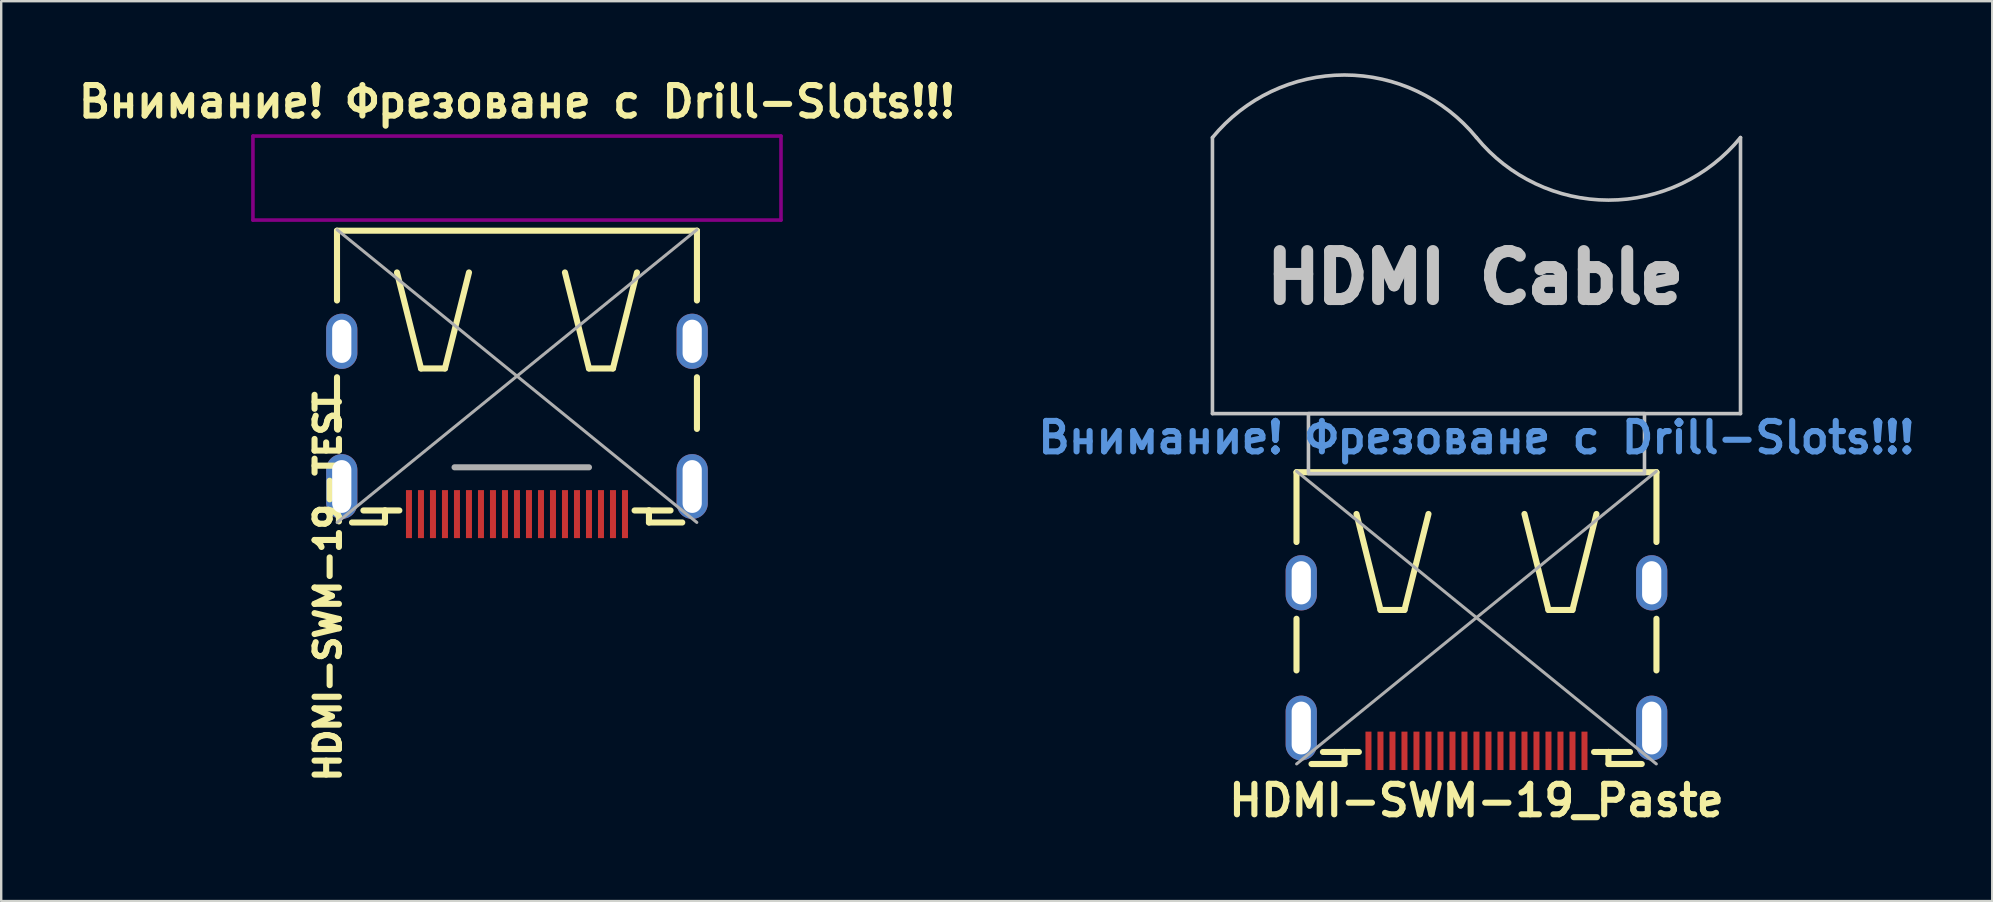
<source format=kicad_pcb>
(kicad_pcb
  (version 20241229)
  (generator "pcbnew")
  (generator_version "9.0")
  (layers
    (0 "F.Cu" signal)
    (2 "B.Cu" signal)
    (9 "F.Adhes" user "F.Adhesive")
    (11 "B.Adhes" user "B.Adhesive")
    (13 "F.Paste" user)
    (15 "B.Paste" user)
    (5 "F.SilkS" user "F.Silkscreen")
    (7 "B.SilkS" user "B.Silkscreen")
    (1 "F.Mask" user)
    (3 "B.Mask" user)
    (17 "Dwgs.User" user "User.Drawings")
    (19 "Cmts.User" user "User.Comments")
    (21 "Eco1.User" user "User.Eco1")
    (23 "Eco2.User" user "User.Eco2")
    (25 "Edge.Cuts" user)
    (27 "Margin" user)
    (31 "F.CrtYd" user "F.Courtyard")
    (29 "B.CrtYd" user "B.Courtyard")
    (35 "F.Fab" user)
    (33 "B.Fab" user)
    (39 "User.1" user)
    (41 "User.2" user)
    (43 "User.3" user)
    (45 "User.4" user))
  (footprint "HDMI-SWM-19-TEST"
    (layer "F.Cu")
    (at 18.488 12.619)
    (property "Reference" "HDMI-SWM-19-TEST" (at -7.874 8.763 90) (layer "F.SilkS") (effects (font (size 1.016 1.016) (thickness 0.254))))
    (attr smd)
    (fp_line (start -7.498 -6.058) (end 7.498 -6.058) (stroke (width 0.254) (type solid)) (layer "F.SilkS"))
    (fp_line (start -7.498 -3.15) (end -7.498 -6.058) (stroke (width 0.254) (type solid)) (layer "F.SilkS"))
    (fp_line (start -7.498 2.2) (end -7.498 0.048) (stroke (width 0.254) (type solid)) (layer "F.SilkS"))
    (fp_line (start -6.873 6.099) (end -5.499 6.099) (stroke (width 0.254) (type solid)) (layer "F.SilkS"))
    (fp_line (start -5.499 5.598) (end -6.398 5.598) (stroke (width 0.254) (type solid)) (layer "F.SilkS"))
    (fp_line (start -5.499 6.099) (end -5.499 5.598) (stroke (width 0.254) (type solid)) (layer "F.SilkS"))
    (fp_line (start -4.9 5.598) (end -5.499 5.598) (stroke (width 0.254) (type solid)) (layer "F.SilkS"))
    (fp_line (start -3.998 -0.318) (end -4.999 -4.318) (stroke (width 0.254) (type solid)) (layer "F.SilkS"))
    (fp_line (start -3 -0.318) (end -3.998 -0.318) (stroke (width 0.254) (type solid)) (layer "F.SilkS"))
    (fp_line (start -1.999 -4.318) (end -3 -0.318) (stroke (width 0.254) (type solid)) (layer "F.SilkS"))
    (fp_line (start 1.999 -4.318) (end 3 -0.318) (stroke (width 0.254) (type solid)) (layer "F.SilkS"))
    (fp_line (start 3 -0.318) (end 3.998 -0.318) (stroke (width 0.254) (type solid)) (layer "F.SilkS"))
    (fp_line (start 3.998 -0.318) (end 4.999 -4.318) (stroke (width 0.254) (type solid)) (layer "F.SilkS"))
    (fp_line (start 5.499 5.598) (end 4.9 5.598) (stroke (width 0.254) (type solid)) (layer "F.SilkS"))
    (fp_line (start 5.499 5.598) (end 5.499 6.099) (stroke (width 0.254) (type solid)) (layer "F.SilkS"))
    (fp_line (start 5.499 6.099) (end 6.886 6.099) (stroke (width 0.254) (type solid)) (layer "F.SilkS"))
    (fp_line (start 6.398 5.598) (end 5.499 5.598) (stroke (width 0.254) (type solid)) (layer "F.SilkS"))
    (fp_line (start 7.498 -6.058) (end 7.498 -3.15) (stroke (width 0.254) (type solid)) (layer "F.SilkS"))
    (fp_line (start 7.498 0.048) (end 7.498 2.2) (stroke (width 0.254) (type solid)) (layer "F.SilkS"))
    (fp_line (start -11 -10) (end -11 -6.5) (stroke (width 0.15) (type solid)) (layer "F.Adhes"))
    (fp_line (start 11 -10) (end -11 -10) (stroke (width 0.15) (type solid)) (layer "F.Adhes"))
    (fp_line (start 11 -6.5) (end -11 -6.5) (stroke (width 0.15) (type solid)) (layer "F.Adhes"))
    (fp_line (start 11 -6.5) (end 11 -10) (stroke (width 0.15) (type solid)) (layer "F.Adhes"))
    (fp_line (start -7.493 -6.096) (end 7.493 6.096) (stroke (width 0.127) (type solid)) (layer "F.Fab"))
    (fp_line (start -2.6 3.8) (end 3 3.8) (stroke (width 0.254) (type solid)) (layer "F.Fab"))
    (fp_line (start 7.493 -6.096) (end -7.493 6.096) (stroke (width 0.127) (type solid)) (layer "F.Fab"))
    (fp_text user "Внимание! Фрезоване с Drill-Slots!!!" (at 0 -11.43 0) (layer "F.SilkS") (effects (font (size 1.27 1.27) (thickness 0.254))))
    (pad "0" thru_hole oval (at -7.3 -1.45) (size 1.3 2.3) (drill oval 0.8 1.8) (layers "*.Cu" "*.Mask"))
    (pad "0" thru_hole oval (at -7.3 4.6) (size 1.3 2.7) (drill oval 0.8 2.2) (layers "*.Cu" "*.Mask"))
    (pad "0" thru_hole oval (at 7.3 -1.45) (size 1.3 2.3) (drill oval 0.8 1.8) (layers "*.Cu" "*.Mask"))
    (pad "0" thru_hole oval (at 7.3 4.6) (size 1.3 2.7) (drill oval 0.8 2.2) (layers "*.Cu" "*.Mask"))
    (pad "1" smd rect (at -4.5 5.75 90) (size 2 0.25) (layers "F.Cu" "F.Mask" "F.Paste"))
    (pad "2" smd rect (at -4 5.75 90) (size 2 0.25) (layers "F.Cu" "F.Mask" "F.Paste"))
    (pad "3" smd rect (at -3.5 5.75 90) (size 2 0.25) (layers "F.Cu" "F.Mask" "F.Paste"))
    (pad "4" smd rect (at -3 5.75 90) (size 2 0.25) (layers "F.Cu" "F.Mask" "F.Paste"))
    (pad "5" smd rect (at -2.5 5.75 90) (size 2 0.25) (layers "F.Cu" "F.Mask" "F.Paste"))
    (pad "6" smd rect (at -2 5.75 90) (size 2 0.25) (layers "F.Cu" "F.Mask" "F.Paste"))
    (pad "7" smd rect (at -1.5 5.75 90) (size 2 0.25) (layers "F.Cu" "F.Mask" "F.Paste"))
    (pad "8" smd rect (at -1 5.75 90) (size 2 0.25) (layers "F.Cu" "F.Mask" "F.Paste"))
    (pad "9" smd rect (at -0.5 5.75 90) (size 2 0.25) (layers "F.Cu" "F.Mask" "F.Paste"))
    (pad "10" smd rect (at 0 5.75 90) (size 2 0.25) (layers "F.Cu" "F.Mask" "F.Paste"))
    (pad "11" smd rect (at 0.5 5.75 90) (size 2 0.25) (layers "F.Cu" "F.Mask" "F.Paste"))
    (pad "12" smd rect (at 1 5.75 90) (size 2 0.25) (layers "F.Cu" "F.Mask" "F.Paste"))
    (pad "13" smd rect (at 1.5 5.75 90) (size 2 0.25) (layers "F.Cu" "F.Mask" "F.Paste"))
    (pad "14" smd rect (at 2 5.75 90) (size 2 0.25) (layers "F.Cu" "F.Mask" "F.Paste"))
    (pad "15" smd rect (at 2.5 5.75 90) (size 2 0.25) (layers "F.Cu" "F.Mask" "F.Paste"))
    (pad "16" smd rect (at 3 5.75 90) (size 2 0.25) (layers "F.Cu" "F.Mask" "F.Paste"))
    (pad "17" smd rect (at 3.5 5.75 90) (size 2 0.25) (layers "F.Cu" "F.Mask" "F.Paste"))
    (pad "18" smd rect (at 4 5.75 90) (size 2 0.25) (layers "F.Cu" "F.Mask" "F.Paste"))
    (pad "19" smd rect (at 4.5 5.75 90) (size 2 0.25) (layers "F.Cu" "F.Mask" "F.Paste")))
  (footprint "HDMI-SWM-19_Paste"
    (layer "F.Cu")
    (at 58.463 22.681)
    (property "Reference" "HDMI-SWM-19_Paste" (at 0 7.62 0) (layer "F.SilkS") (effects (font (size 1.27 1.27) (thickness 0.254))))
    (attr smd)
    (fp_line (start -7.498 -6.058) (end 7.498 -6.058) (stroke (width 0.254) (type solid)) (layer "F.SilkS"))
    (fp_line (start -7.498 -3.15) (end -7.498 -6.058) (stroke (width 0.254) (type solid)) (layer "F.SilkS"))
    (fp_line (start -7.498 2.2) (end -7.498 0.048) (stroke (width 0.254) (type solid)) (layer "F.SilkS"))
    (fp_line (start -6.873 6.099) (end -5.499 6.099) (stroke (width 0.254) (type solid)) (layer "F.SilkS"))
    (fp_line (start -5.499 5.598) (end -6.398 5.598) (stroke (width 0.254) (type solid)) (layer "F.SilkS"))
    (fp_line (start -5.499 6.099) (end -5.499 5.598) (stroke (width 0.254) (type solid)) (layer "F.SilkS"))
    (fp_line (start -4.9 5.598) (end -5.499 5.598) (stroke (width 0.254) (type solid)) (layer "F.SilkS"))
    (fp_line (start -3.998 -0.318) (end -4.999 -4.318) (stroke (width 0.254) (type solid)) (layer "F.SilkS"))
    (fp_line (start -3 -0.318) (end -3.998 -0.318) (stroke (width 0.254) (type solid)) (layer "F.SilkS"))
    (fp_line (start -1.999 -4.318) (end -3 -0.318) (stroke (width 0.254) (type solid)) (layer "F.SilkS"))
    (fp_line (start 1.999 -4.318) (end 3 -0.318) (stroke (width 0.254) (type solid)) (layer "F.SilkS"))
    (fp_line (start 3 -0.318) (end 3.998 -0.318) (stroke (width 0.254) (type solid)) (layer "F.SilkS"))
    (fp_line (start 3.998 -0.318) (end 4.999 -4.318) (stroke (width 0.254) (type solid)) (layer "F.SilkS"))
    (fp_line (start 5.499 5.598) (end 4.9 5.598) (stroke (width 0.254) (type solid)) (layer "F.SilkS"))
    (fp_line (start 5.499 5.598) (end 5.499 6.099) (stroke (width 0.254) (type solid)) (layer "F.SilkS"))
    (fp_line (start 5.499 6.099) (end 6.886 6.099) (stroke (width 0.254) (type solid)) (layer "F.SilkS"))
    (fp_line (start 6.398 5.598) (end 5.499 5.598) (stroke (width 0.254) (type solid)) (layer "F.SilkS"))
    (fp_line (start 7.498 -6.058) (end 7.498 -3.15) (stroke (width 0.254) (type solid)) (layer "F.SilkS"))
    (fp_line (start 7.498 0.048) (end 7.498 2.2) (stroke (width 0.254) (type solid)) (layer "F.SilkS"))
    (fp_line (start -11 -20) (end -11 -8.5) (stroke (width 0.15) (type solid)) (layer "Dwgs.User"))
    (fp_line (start 11 -8.5) (end -11 -8.5) (stroke (width 0.15) (type solid)) (layer "Dwgs.User"))
    (fp_line (start 11 -8.5) (end 11 -20) (stroke (width 0.15) (type solid)) (layer "Dwgs.User"))
    (fp_rect (start -7 -8.5) (end 7 -6) (stroke (width 0.15) (type default)) (fill no) (layer "Dwgs.User"))
    (fp_arc (start -10.999999 -19.999999) (mid -5.5 -22.606333) (end -0.000001 -19.999999) (stroke (width 0.15) (type default)) (layer "Dwgs.User"))
    (fp_arc (start 11 -20) (mid 5.5 -17.393665) (end 0 -20) (stroke (width 0.15) (type default)) (layer "Dwgs.User"))
    (fp_line (start -7.493 -6.096) (end 7.493 6.096) (stroke (width 0.127) (type solid)) (layer "F.Fab"))
    (fp_line (start 7.493 -6.096) (end -7.493 6.096) (stroke (width 0.127) (type solid)) (layer "F.Fab"))
    (fp_text user "HDMI Cable" (at -9 -13 0) (unlocked yes) (layer "Dwgs.User") (effects (font (size 2 2) (thickness 0.5) (bold yes)) (justify left bottom)))
    (fp_text user "Внимание! Фрезоване с Drill-Slots!!!" (at 0 -7.5 0) (layer "Cmts.User") (effects (font (size 1.27 1.27) (thickness 0.254))))
    (pad "" smd rect (at -7.85 -1.45) (size 2.4 2.8) (layers "F.Paste"))
    (pad "" smd rect (at -7.85 4.6) (size 2.4 3.2) (layers "F.Paste"))
    (pad "" smd rect (at 7.85 -1.45) (size 2.4 2.8) (layers "F.Paste"))
    (pad "" smd rect (at 7.85 4.6) (size 2.4 3.2) (layers "F.Paste"))
    (pad "0" thru_hole oval (at -7.3 -1.45) (size 1.3 2.3) (drill oval 0.8 1.8) (layers "*.Cu" "*.Mask"))
    (pad "0" thru_hole oval (at -7.3 4.6) (size 1.3 2.7) (drill oval 0.8 2.2) (layers "*.Cu" "*.Mask"))
    (pad "0" thru_hole oval (at 7.3 -1.45) (size 1.3 2.3) (drill oval 0.8 1.8) (layers "*.Cu" "*.Mask"))
    (pad "0" thru_hole oval (at 7.3 4.6) (size 1.3 2.7) (drill oval 0.8 2.2) (layers "*.Cu" "*.Mask"))
    (pad "1" smd rect (at -4.5 5.55 90) (size 1.6 0.25) (layers "F.Cu" "F.Mask" "F.Paste"))
    (pad "2" smd rect (at -4 5.55 90) (size 1.6 0.25) (layers "F.Cu" "F.Mask" "F.Paste"))
    (pad "3" smd rect (at -3.5 5.55 90) (size 1.6 0.25) (layers "F.Cu" "F.Mask" "F.Paste"))
    (pad "4" smd rect (at -3 5.55 90) (size 1.6 0.25) (layers "F.Cu" "F.Mask" "F.Paste"))
    (pad "5" smd rect (at -2.5 5.55 90) (size 1.6 0.25) (layers "F.Cu" "F.Mask" "F.Paste"))
    (pad "6" smd rect (at -2 5.55 90) (size 1.6 0.25) (layers "F.Cu" "F.Mask" "F.Paste"))
    (pad "7" smd rect (at -1.5 5.55 90) (size 1.6 0.25) (layers "F.Cu" "F.Mask" "F.Paste"))
    (pad "8" smd rect (at -1 5.55 90) (size 1.6 0.25) (layers "F.Cu" "F.Mask" "F.Paste"))
    (pad "9" smd rect (at -0.5 5.55 90) (size 1.6 0.25) (layers "F.Cu" "F.Mask" "F.Paste"))
    (pad "10" smd rect (at 0 5.55 90) (size 1.6 0.25) (layers "F.Cu" "F.Mask" "F.Paste"))
    (pad "11" smd rect (at 0.5 5.55 90) (size 1.6 0.25) (layers "F.Cu" "F.Mask" "F.Paste"))
    (pad "12" smd rect (at 1 5.55 90) (size 1.6 0.25) (layers "F.Cu" "F.Mask" "F.Paste"))
    (pad "13" smd rect (at 1.5 5.55 90) (size 1.6 0.25) (layers "F.Cu" "F.Mask" "F.Paste"))
    (pad "14" smd rect (at 2 5.55 90) (size 1.6 0.25) (layers "F.Cu" "F.Mask" "F.Paste"))
    (pad "15" smd rect (at 2.5 5.55 90) (size 1.6 0.25) (layers "F.Cu" "F.Mask" "F.Paste"))
    (pad "16" smd rect (at 3 5.55 90) (size 1.6 0.25) (layers "F.Cu" "F.Mask" "F.Paste"))
    (pad "17" smd rect (at 3.5 5.55 90) (size 1.6 0.25) (layers "F.Cu" "F.Mask" "F.Paste"))
    (pad "18" smd rect (at 4 5.55 90) (size 1.6 0.25) (layers "F.Cu" "F.Mask" "F.Paste"))
    (pad "19" smd rect (at 4.5 5.55 90) (size 1.6 0.25) (layers "F.Cu" "F.Mask" "F.Paste")))
  (gr_rect
    (start -3 -3)
    (end 79.95 34.49)
    (stroke (width 0.1) (type default))
    (fill no)
    (layer "Edge.Cuts")))
</source>
